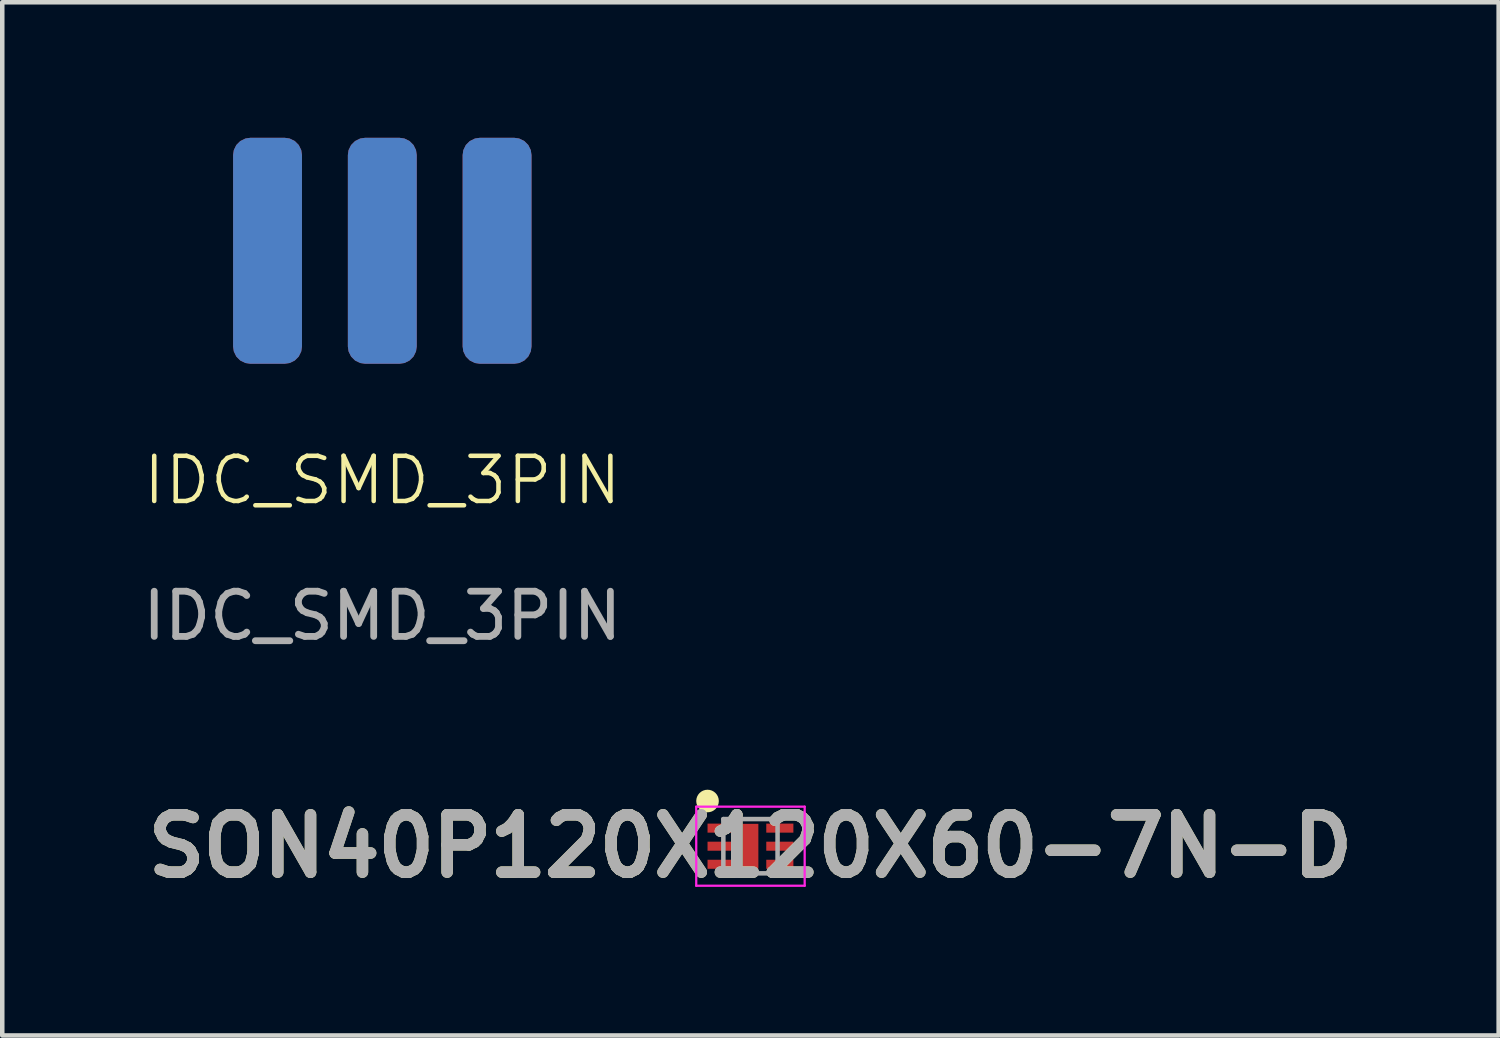
<source format=kicad_pcb>
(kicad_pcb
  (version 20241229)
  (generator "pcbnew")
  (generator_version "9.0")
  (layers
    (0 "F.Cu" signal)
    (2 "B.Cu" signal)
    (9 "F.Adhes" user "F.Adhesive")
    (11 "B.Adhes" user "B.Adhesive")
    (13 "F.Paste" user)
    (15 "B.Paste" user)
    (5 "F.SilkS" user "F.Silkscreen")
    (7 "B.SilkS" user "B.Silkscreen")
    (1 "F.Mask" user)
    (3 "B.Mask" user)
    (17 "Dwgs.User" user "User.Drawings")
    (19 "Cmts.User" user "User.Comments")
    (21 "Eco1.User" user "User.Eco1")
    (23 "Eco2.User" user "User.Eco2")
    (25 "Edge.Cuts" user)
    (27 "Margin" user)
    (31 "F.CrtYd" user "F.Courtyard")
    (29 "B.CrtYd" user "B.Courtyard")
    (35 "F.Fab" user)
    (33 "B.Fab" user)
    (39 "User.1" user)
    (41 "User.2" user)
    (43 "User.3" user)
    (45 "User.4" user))
  (footprint "IDC_SMD_3PIN"
    (layer "F.Cu")
    (at 5.411 2.5)
    (property "Reference" "IDC_SMD_3PIN" (at 0 5.08 0) (unlocked yes) (layer "F.SilkS") (effects (font (size 1 1) (thickness 0.1))))
    (attr smd)
    (fp_text user "${REFERENCE}" (at 0 8.08 0) (unlocked yes) (layer "F.Fab") (effects (font (size 1 1) (thickness 0.15))))
    (pad "1" smd roundrect (at -2.54 0 90) (size 5 1.524) (layers "F.Cu" "F.Mask" "F.Paste") (roundrect_rratio 0.25))
    (pad "2" smd roundrect (at 0 0 90) (size 5 1.524) (layers "F.Cu" "F.Mask" "F.Paste") (roundrect_rratio 0.25))
    (pad "3" smd roundrect (at 2.54 0 90) (size 5 1.524) (layers "F.Cu" "F.Mask" "F.Paste") (roundrect_rratio 0.25))
    (pad "4" smd roundrect (at -2.54 0 90) (size 5 1.524) (layers "B.Cu" "B.Mask" "B.Paste") (roundrect_rratio 0.25))
    (pad "5" smd roundrect (at 0 0 90) (size 5 1.524) (layers "B.Cu" "B.Mask" "B.Paste") (roundrect_rratio 0.25))
    (pad "6" smd roundrect (at 2.54 0 90) (size 5 1.524) (layers "B.Cu" "B.Mask" "B.Paste") (roundrect_rratio 0.25)))
  (footprint "SON40P120X120X60-7N-D"
    (layer "F.Cu")
    (at 13.559 15.678)
    (property "Reference" "SON40P120X120X60-7N-D" (at 0 0 0) (layer "F.SilkS") (effects (font (size 1.27 1.27) (thickness 0.254))))
    (attr smd)
    (fp_circle (center -0.95 -1) (end -0.95 -0.875) (stroke (width 0.25) (type solid)) (fill no) (layer "F.SilkS"))
    (fp_line (start -1.2 -0.875) (end 1.2 -0.875) (stroke (width 0.05) (type solid)) (layer "F.CrtYd"))
    (fp_line (start -1.2 0.875) (end -1.2 -0.875) (stroke (width 0.05) (type solid)) (layer "F.CrtYd"))
    (fp_line (start 1.2 -0.875) (end 1.2 0.875) (stroke (width 0.05) (type solid)) (layer "F.CrtYd"))
    (fp_line (start 1.2 0.875) (end -1.2 0.875) (stroke (width 0.05) (type solid)) (layer "F.CrtYd"))
    (fp_line (start -0.6 -0.6) (end 0.6 -0.6) (stroke (width 0.1) (type solid)) (layer "F.Fab"))
    (fp_line (start -0.6 -0.3) (end -0.3 -0.6) (stroke (width 0.1) (type solid)) (layer "F.Fab"))
    (fp_line (start -0.6 0.6) (end -0.6 -0.6) (stroke (width 0.1) (type solid)) (layer "F.Fab"))
    (fp_line (start 0.6 -0.6) (end 0.6 0.6) (stroke (width 0.1) (type solid)) (layer "F.Fab"))
    (fp_line (start 0.6 0.6) (end -0.6 0.6) (stroke (width 0.1) (type solid)) (layer "F.Fab"))
    (fp_text user "${REFERENCE}" (at 0 0 0) (layer "F.Fab") (effects (font (size 1.27 1.27) (thickness 0.254))))
    (pad "1" smd rect (at -0.65 -0.4 90) (size 0.2 0.6) (layers "F.Cu" "F.Mask" "F.Paste"))
    (pad "2" smd rect (at -0.65 0 90) (size 0.2 0.6) (layers "F.Cu" "F.Mask" "F.Paste"))
    (pad "3" smd rect (at -0.65 0.4 90) (size 0.2 0.6) (layers "F.Cu" "F.Mask" "F.Paste"))
    (pad "4" smd rect (at 0.65 0.4 90) (size 0.2 0.6) (layers "F.Cu" "F.Mask" "F.Paste"))
    (pad "5" smd rect (at 0.65 0 90) (size 0.2 0.6) (layers "F.Cu" "F.Mask" "F.Paste"))
    (pad "6" smd rect (at 0.65 -0.4 90) (size 0.2 0.6) (layers "F.Cu" "F.Mask" "F.Paste"))
    (pad "7" smd rect (at 0 0) (size 0.35 0.99) (layers "F.Cu" "F.Mask" "F.Paste")))
  (gr_rect
    (start -3 -3)
    (end 30.118 19.867)
    (stroke (width 0.1) (type default))
    (fill no)
    (layer "Edge.Cuts")))
</source>
